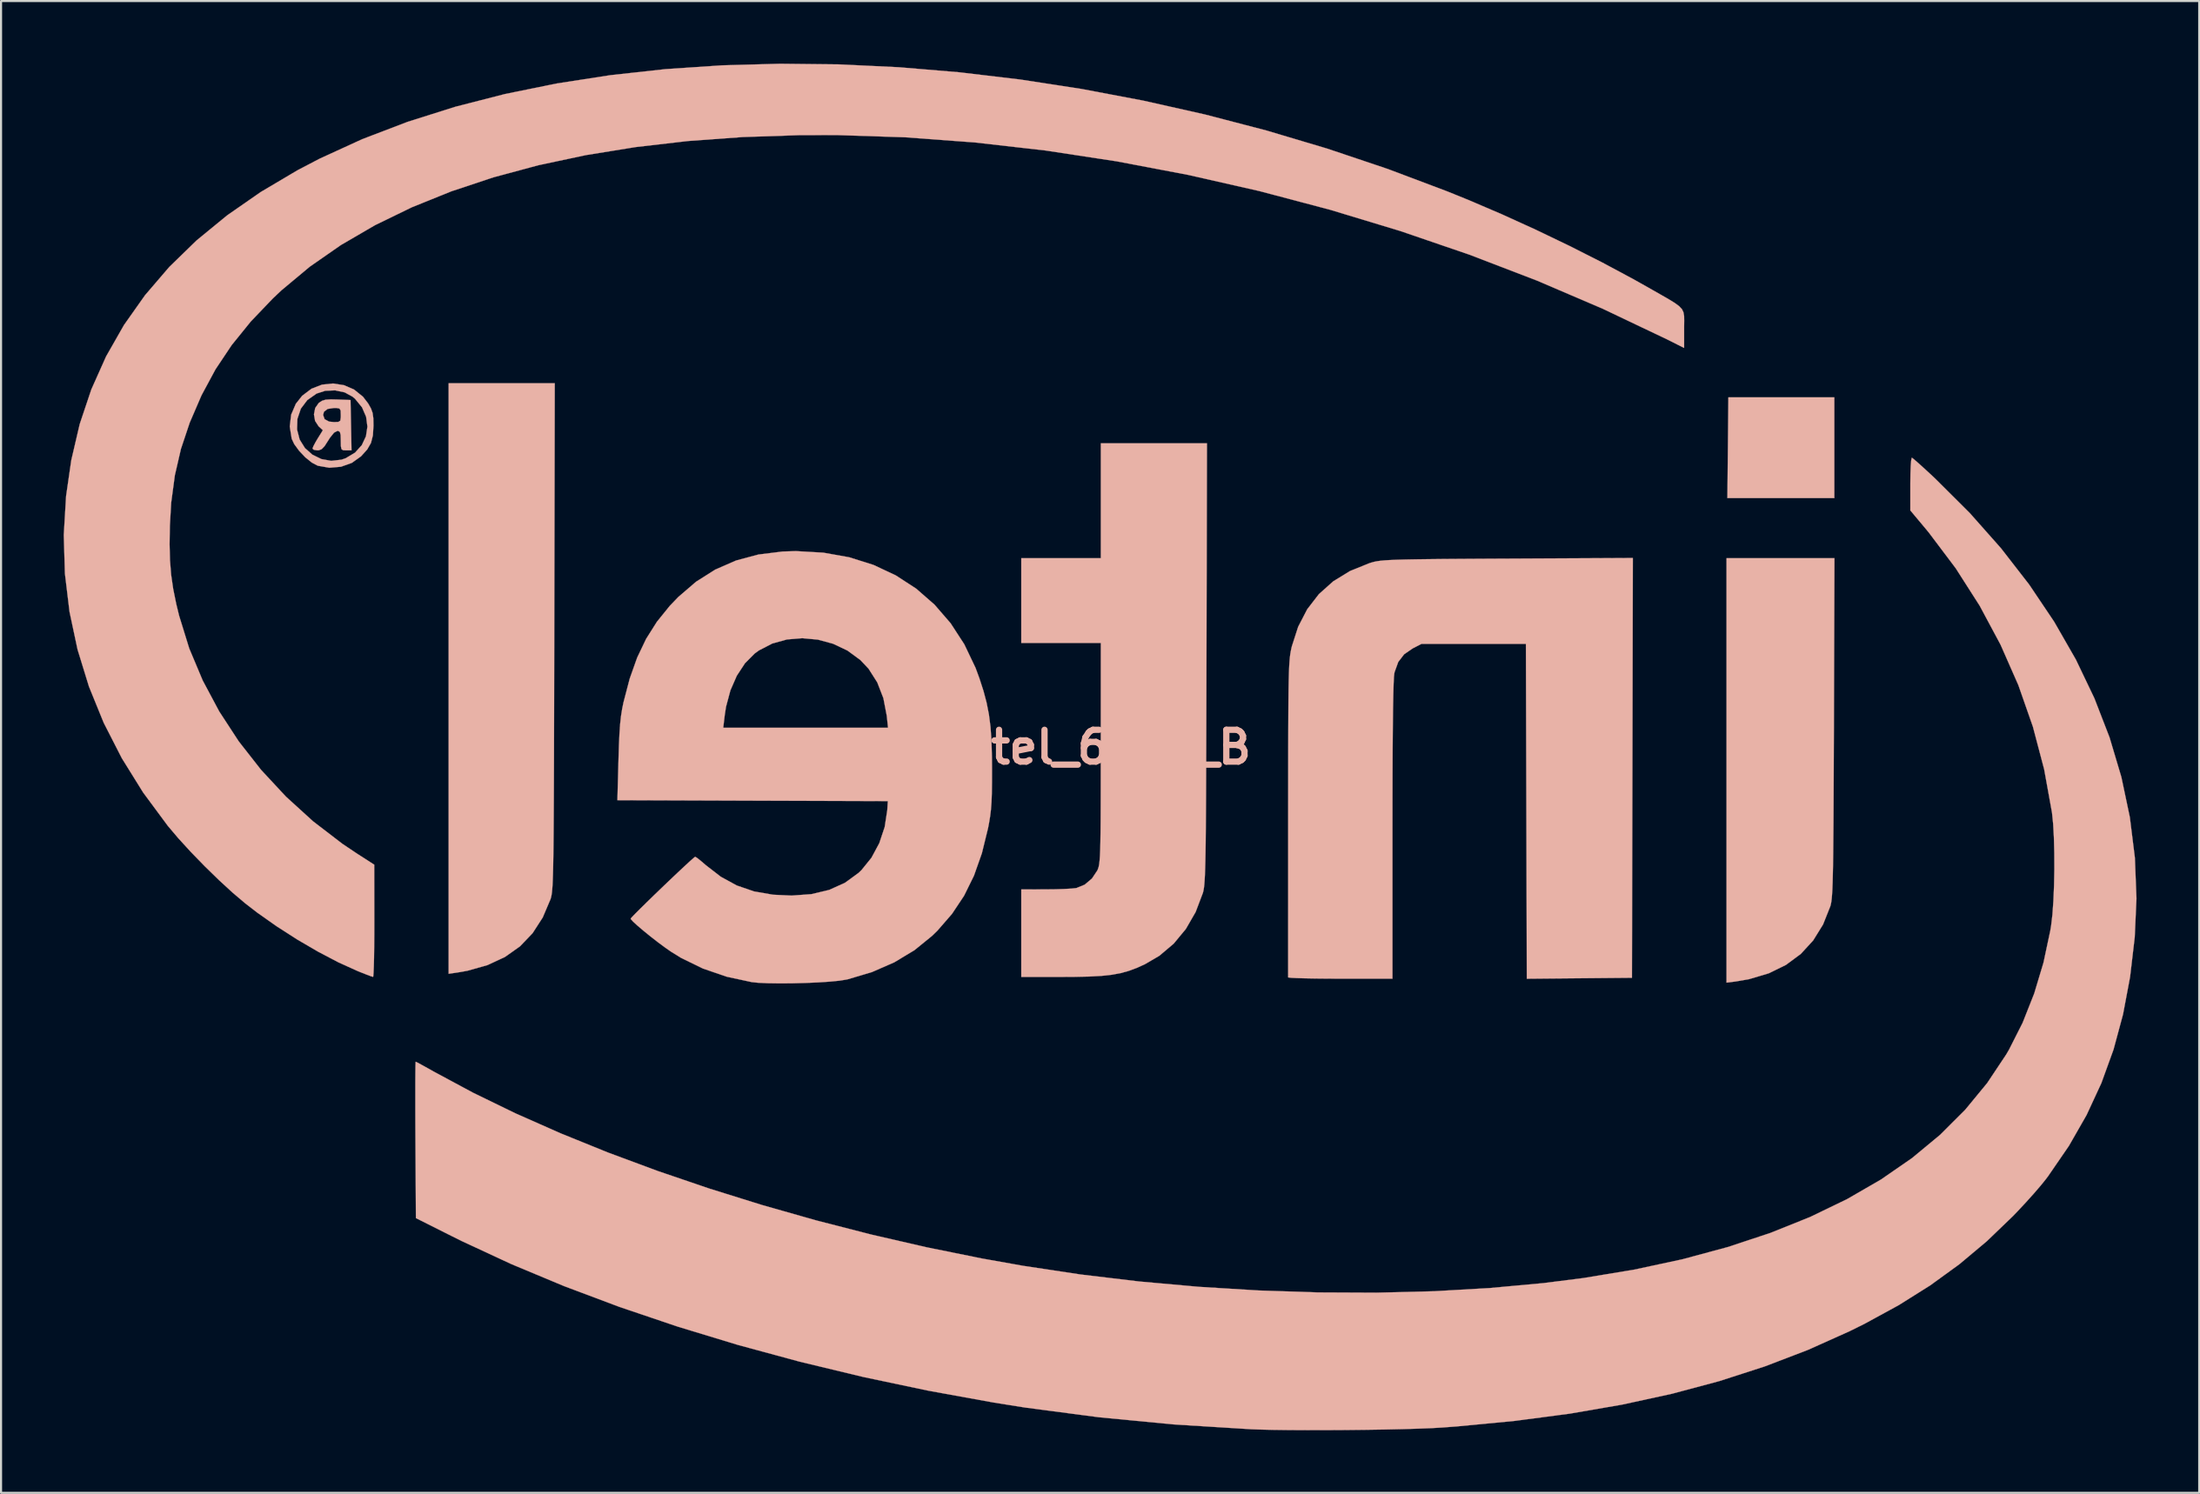
<source format=kicad_pcb>
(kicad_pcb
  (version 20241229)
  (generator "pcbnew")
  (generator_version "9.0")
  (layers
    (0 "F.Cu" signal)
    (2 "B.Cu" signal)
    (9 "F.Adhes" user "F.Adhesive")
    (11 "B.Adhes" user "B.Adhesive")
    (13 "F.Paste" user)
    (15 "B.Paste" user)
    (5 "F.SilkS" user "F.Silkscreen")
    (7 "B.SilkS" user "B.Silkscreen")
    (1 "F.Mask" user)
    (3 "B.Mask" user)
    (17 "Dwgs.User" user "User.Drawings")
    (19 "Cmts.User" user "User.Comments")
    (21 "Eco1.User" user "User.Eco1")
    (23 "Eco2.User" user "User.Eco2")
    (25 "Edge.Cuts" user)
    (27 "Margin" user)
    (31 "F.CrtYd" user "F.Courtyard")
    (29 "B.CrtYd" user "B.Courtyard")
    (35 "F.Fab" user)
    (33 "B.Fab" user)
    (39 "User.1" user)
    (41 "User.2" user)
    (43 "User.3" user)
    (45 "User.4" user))
  (footprint "intel_6x10_B"
    (layer "F.Cu")
    (at 49.597 32.755)
    (property "Reference" "intel_6x10_B" (at 0 0 0) (layer "B.SilkS") (effects (font (size 1.524 1.524) (thickness 0.3))))
    (attr through_hole)
    (fp_poly (pts (xy 35.221 -11.938) (xy 32.66 -11.938) (xy 30.099 -11.938) (xy 30.123 -14.351) (xy 30.146 -16.764) (xy 35.221 -16.764) (xy 35.221 -11.938)) (stroke (width 0.01) (type solid)) (fill yes) (layer "B.SilkS"))
    (fp_poly (pts (xy 35.2 -0.953) (xy 35.195 0.414) (xy 35.19 1.621) (xy 35.185 2.68) (xy 35.18 3.601) (xy 35.173 4.394) (xy 35.167 5.071) (xy 35.159 5.64) (xy 35.149 6.113) (xy 35.139 6.501) (xy 35.127 6.813) (xy 35.112 7.06) (xy 35.096 7.253) (xy 35.078 7.401) (xy 35.057 7.516) (xy 35.033 7.608) (xy 35.031 7.616) (xy 34.681 8.495) (xy 34.208 9.259) (xy 33.615 9.905) (xy 32.904 10.431) (xy 32.078 10.835) (xy 31.14 11.114) (xy 30.501 11.225) (xy 30.057 11.282) (xy 30.057 -9.059) (xy 35.227 -9.059) (xy 35.2 -0.953)) (stroke (width 0.01) (type solid)) (fill yes) (layer "B.SilkS"))
    (fp_poly (pts (xy -26.097 -5.313) (xy -26.1 -3.637) (xy -26.103 -2.121) (xy -26.107 -0.758) (xy -26.11 0.461) (xy -26.114 1.544) (xy -26.118 2.501) (xy -26.123 3.339) (xy -26.128 4.067) (xy -26.134 4.694) (xy -26.141 5.227) (xy -26.149 5.676) (xy -26.158 6.049) (xy -26.168 6.354) (xy -26.179 6.599) (xy -26.193 6.795) (xy -26.207 6.947) (xy -26.224 7.066) (xy -26.242 7.16) (xy -26.262 7.237) (xy -26.276 7.281) (xy -26.648 8.157) (xy -27.134 8.91) (xy -27.737 9.541) (xy -28.458 10.051) (xy -29.297 10.441) (xy -30.256 10.712) (xy -30.755 10.799) (xy -31.157 10.857) (xy -31.157 -17.441) (xy -26.073 -17.441) (xy -26.097 -5.313)) (stroke (width 0.01) (type solid)) (fill yes) (layer "B.SilkS"))
    (fp_poly (pts (xy -36.497 -16.661) (xy -35.856 -16.637) (xy -35.809 -14.224) (xy -36.066 -14.224) (xy -36.212 -14.232) (xy -36.288 -14.282) (xy -36.317 -14.418) (xy -36.322 -14.68) (xy -36.322 -14.69) (xy -36.33 -14.959) (xy -36.362 -15.1) (xy -36.433 -15.151) (xy -36.487 -15.155) (xy -36.644 -15.074) (xy -36.842 -14.829) (xy -36.93 -14.69) (xy -37.1 -14.426) (xy -37.236 -14.283) (xy -37.372 -14.229) (xy -37.442 -14.224) (xy -37.612 -14.25) (xy -37.677 -14.309) (xy -37.635 -14.423) (xy -37.527 -14.627) (xy -37.429 -14.792) (xy -37.181 -15.19) (xy -37.387 -15.38) (xy -37.554 -15.637) (xy -37.602 -15.917) (xy -37.169 -15.917) (xy -37.096 -15.717) (xy -36.883 -15.603) (xy -36.644 -15.579) (xy -36.438 -15.588) (xy -36.346 -15.647) (xy -36.323 -15.805) (xy -36.322 -15.917) (xy -36.33 -16.134) (xy -36.387 -16.23) (xy -36.537 -16.255) (xy -36.644 -16.256) (xy -36.955 -16.209) (xy -37.13 -16.072) (xy -37.169 -15.917) (xy -37.602 -15.917) (xy -37.608 -15.948) (xy -37.548 -16.255) (xy -37.377 -16.497) (xy -37.365 -16.507) (xy -37.219 -16.601) (xy -37.049 -16.652) (xy -36.805 -16.668) (xy -36.497 -16.661)) (stroke (width 0.01) (type solid)) (fill yes) (layer "B.SilkS"))
    (fp_poly (pts (xy -36.171 -17.348) (xy -35.682 -17.136) (xy -35.259 -16.794) (xy -35.012 -16.472) (xy -34.876 -16.231) (xy -34.799 -16.018) (xy -34.764 -15.765) (xy -34.757 -15.416) (xy -34.784 -14.946) (xy -34.876 -14.582) (xy -35.057 -14.267) (xy -35.35 -13.943) (xy -35.356 -13.937) (xy -35.794 -13.625) (xy -36.312 -13.44) (xy -36.87 -13.392) (xy -37.423 -13.488) (xy -37.708 -13.637) (xy -38.022 -13.891) (xy -38.319 -14.204) (xy -38.555 -14.528) (xy -38.674 -14.784) (xy -38.744 -15.224) (xy -38.418 -15.224) (xy -38.294 -14.743) (xy -38.039 -14.334) (xy -37.682 -14.017) (xy -37.252 -13.807) (xy -36.778 -13.722) (xy -36.288 -13.778) (xy -36.088 -13.847) (xy -35.641 -14.114) (xy -35.316 -14.474) (xy -35.117 -14.899) (xy -35.047 -15.361) (xy -35.109 -15.833) (xy -35.306 -16.288) (xy -35.641 -16.697) (xy -35.754 -16.794) (xy -36.136 -17.003) (xy -36.592 -17.1) (xy -37.064 -17.081) (xy -37.482 -16.946) (xy -37.927 -16.633) (xy -38.236 -16.223) (xy -38.401 -15.733) (xy -38.418 -15.224) (xy -38.744 -15.224) (xy -38.767 -15.371) (xy -38.699 -15.936) (xy -38.477 -16.455) (xy -38.173 -16.84) (xy -37.725 -17.178) (xy -37.222 -17.373) (xy -36.694 -17.429) (xy -36.171 -17.348)) (stroke (width 0.01) (type solid)) (fill yes) (layer "B.SilkS"))
    (fp_poly (pts (xy 5.145 -4.043) (xy 5.141 -2.483) (xy 5.137 -1.082) (xy 5.133 0.167) (xy 5.129 1.274) (xy 5.125 2.248) (xy 5.12 3.099) (xy 5.114 3.836) (xy 5.108 4.467) (xy 5.101 5.002) (xy 5.092 5.45) (xy 5.082 5.82) (xy 5.071 6.122) (xy 5.058 6.364) (xy 5.044 6.556) (xy 5.028 6.707) (xy 5.01 6.825) (xy 4.989 6.921) (xy 4.972 6.985) (xy 4.627 7.896) (xy 4.158 8.709) (xy 3.575 9.413) (xy 2.888 9.994) (xy 2.201 10.396) (xy 1.802 10.577) (xy 1.422 10.718) (xy 1.033 10.826) (xy 0.607 10.904) (xy 0.117 10.957) (xy -0.466 10.989) (xy -1.169 11.004) (xy -1.774 11.007) (xy -3.725 11.007) (xy -3.725 6.816) (xy -2.561 6.813) (xy -2.104 6.808) (xy -1.681 6.794) (xy -1.334 6.775) (xy -1.107 6.751) (xy -1.082 6.747) (xy -0.688 6.586) (xy -0.34 6.292) (xy -0.082 5.905) (xy -0.074 5.888) (xy -0.043 5.809) (xy -0.015 5.716) (xy 0.007 5.595) (xy 0.026 5.433) (xy 0.042 5.216) (xy 0.054 4.932) (xy 0.064 4.567) (xy 0.071 4.109) (xy 0.076 3.543) (xy 0.079 2.857) (xy 0.081 2.038) (xy 0.082 1.072) (xy 0.083 0.275) (xy 0.085 -4.995) (xy -3.725 -4.995) (xy -3.725 -9.059) (xy 0.085 -9.059) (xy 0.085 -14.563) (xy 5.169 -14.563) (xy 5.145 -4.043)) (stroke (width 0.01) (type solid)) (fill yes) (layer "B.SilkS"))
    (fp_poly (pts (xy 25.549 0.991) (xy 25.527 11.049) (xy 23.009 11.071) (xy 20.49 11.094) (xy 20.469 3.07) (xy 20.447 -4.953) (xy 15.447 -4.953) (xy 15.026 -4.736) (xy 14.615 -4.454) (xy 14.332 -4.085) (xy 14.157 -3.599) (xy 14.146 -3.549) (xy 14.126 -3.37) (xy 14.109 -3.024) (xy 14.095 -2.512) (xy 14.082 -1.831) (xy 14.072 -0.983) (xy 14.064 0.034) (xy 14.059 1.219) (xy 14.056 2.572) (xy 14.055 3.984) (xy 14.055 11.091) (xy 11.557 11.091) (xy 10.926 11.089) (xy 10.354 11.083) (xy 9.861 11.074) (xy 9.468 11.063) (xy 9.196 11.049) (xy 9.067 11.033) (xy 9.058 11.028) (xy 9.058 10.936) (xy 9.058 10.686) (xy 9.058 10.292) (xy 9.058 9.765) (xy 9.058 9.116) (xy 9.058 8.36) (xy 9.059 7.507) (xy 9.059 6.569) (xy 9.059 5.56) (xy 9.059 4.491) (xy 9.059 3.429) (xy 9.06 2.125) (xy 9.061 0.979) (xy 9.062 -0.021) (xy 9.064 -0.885) (xy 9.068 -1.626) (xy 9.072 -2.254) (xy 9.078 -2.781) (xy 9.086 -3.219) (xy 9.096 -3.578) (xy 9.108 -3.871) (xy 9.123 -4.108) (xy 9.14 -4.301) (xy 9.16 -4.462) (xy 9.184 -4.601) (xy 9.211 -4.73) (xy 9.233 -4.826) (xy 9.538 -5.773) (xy 9.972 -6.611) (xy 10.532 -7.337) (xy 11.217 -7.949) (xy 12.022 -8.443) (xy 12.944 -8.816) (xy 13.081 -8.858) (xy 13.191 -8.887) (xy 13.319 -8.912) (xy 13.477 -8.934) (xy 13.678 -8.953) (xy 13.934 -8.969) (xy 14.259 -8.982) (xy 14.663 -8.994) (xy 15.161 -9.003) (xy 15.764 -9.011) (xy 16.485 -9.019) (xy 17.337 -9.025) (xy 18.332 -9.031) (xy 19.483 -9.037) (xy 19.58 -9.037) (xy 25.57 -9.067) (xy 25.549 0.991)) (stroke (width 0.01) (type solid)) (fill yes) (layer "B.SilkS"))
    (fp_poly (pts (xy -13.207 -9.322) (xy -11.967 -9.101) (xy -10.808 -8.736) (xy -9.736 -8.233) (xy -8.758 -7.597) (xy -7.881 -6.831) (xy -7.111 -5.941) (xy -6.455 -4.931) (xy -5.918 -3.806) (xy -5.732 -3.302) (xy -5.536 -2.694) (xy -5.386 -2.128) (xy -5.276 -1.567) (xy -5.2 -0.973) (xy -5.154 -0.309) (xy -5.132 0.463) (xy -5.128 1.016) (xy -5.129 1.676) (xy -5.136 2.202) (xy -5.152 2.626) (xy -5.178 2.983) (xy -5.217 3.307) (xy -5.271 3.633) (xy -5.317 3.875) (xy -5.613 5.081) (xy -5.992 6.155) (xy -6.466 7.117) (xy -7.045 7.987) (xy -7.738 8.785) (xy -7.999 9.04) (xy -8.843 9.726) (xy -9.808 10.307) (xy -10.874 10.773) (xy -12.019 11.115) (xy -12.107 11.135) (xy -12.437 11.188) (xy -12.898 11.233) (xy -13.454 11.27) (xy -14.066 11.296) (xy -14.697 11.313) (xy -15.31 11.317) (xy -15.868 11.309) (xy -16.332 11.287) (xy -16.635 11.256) (xy -17.836 10.997) (xy -18.976 10.606) (xy -20.026 10.093) (xy -20.51 9.793) (xy -20.813 9.581) (xy -21.151 9.33) (xy -21.497 9.06) (xy -21.824 8.794) (xy -22.106 8.554) (xy -22.315 8.363) (xy -22.426 8.24) (xy -22.437 8.216) (xy -22.378 8.144) (xy -22.216 7.976) (xy -21.971 7.731) (xy -21.663 7.428) (xy -21.312 7.086) (xy -20.938 6.726) (xy -20.562 6.366) (xy -20.203 6.026) (xy -19.882 5.725) (xy -19.619 5.482) (xy -19.435 5.318) (xy -19.348 5.25) (xy -19.346 5.249) (xy -19.259 5.302) (xy -19.084 5.44) (xy -18.857 5.634) (xy -18.837 5.652) (xy -18.115 6.21) (xy -17.354 6.626) (xy -16.529 6.91) (xy -15.619 7.068) (xy -14.732 7.11) (xy -13.778 7.041) (xy -12.925 6.837) (xy -12.173 6.498) (xy -11.524 6.025) (xy -11.382 5.89) (xy -10.904 5.299) (xy -10.527 4.598) (xy -10.269 3.825) (xy -10.145 3.016) (xy -10.144 3.006) (xy -10.118 2.582) (xy -16.595 2.561) (xy -23.072 2.539) (xy -23.02 0.613) (xy -22.999 -0.088) (xy -22.973 -0.651) (xy -22.953 -0.931) (xy -18.003 -0.931) (xy -10.108 -0.931) (xy -10.169 -1.506) (xy -10.331 -2.35) (xy -10.624 -3.106) (xy -11.04 -3.76) (xy -11.433 -4.177) (xy -12.049 -4.63) (xy -12.736 -4.956) (xy -13.467 -5.155) (xy -14.215 -5.224) (xy -14.952 -5.163) (xy -15.653 -4.969) (xy -16.289 -4.64) (xy -16.495 -4.491) (xy -16.96 -4.024) (xy -17.353 -3.425) (xy -17.66 -2.721) (xy -17.869 -1.94) (xy -17.93 -1.543) (xy -18.003 -0.931) (xy -22.953 -0.931) (xy -22.941 -1.109) (xy -22.899 -1.492) (xy -22.845 -1.834) (xy -22.783 -2.138) (xy -22.483 -3.285) (xy -22.125 -4.294) (xy -21.695 -5.194) (xy -21.18 -6.01) (xy -20.566 -6.77) (xy -20.157 -7.197) (xy -19.305 -7.929) (xy -18.385 -8.511) (xy -17.391 -8.945) (xy -16.317 -9.233) (xy -15.156 -9.377) (xy -14.52 -9.397) (xy -13.207 -9.322)) (stroke (width 0.01) (type solid)) (fill yes) (layer "B.SilkS"))
    (fp_poly (pts (xy -12.461 -32.72) (xy -9.596 -32.583) (xy -6.697 -32.341) (xy -3.772 -31.994) (xy -0.831 -31.541) (xy 2.117 -30.983) (xy 5.065 -30.321) (xy 8.004 -29.555) (xy 10.924 -28.685) (xy 13.818 -27.712) (xy 16.676 -26.635) (xy 17.697 -26.221) (xy 19.281 -25.543) (xy 20.909 -24.802) (xy 22.533 -24.022) (xy 24.109 -23.224) (xy 25.59 -22.43) (xy 26.331 -22.013) (xy 26.869 -21.707) (xy 27.28 -21.471) (xy 27.581 -21.286) (xy 27.79 -21.132) (xy 27.922 -20.99) (xy 27.994 -20.841) (xy 28.025 -20.664) (xy 28.029 -20.441) (xy 28.025 -20.152) (xy 28.025 -20.059) (xy 28.025 -19.133) (xy 27.186 -19.554) (xy 24.13 -21.009) (xy 20.976 -22.36) (xy 17.737 -23.603) (xy 14.431 -24.735) (xy 11.073 -25.752) (xy 7.679 -26.65) (xy 4.265 -27.425) (xy 0.847 -28.074) (xy -2.56 -28.593) (xy -5.939 -28.978) (xy -9.275 -29.226) (xy -12.552 -29.332) (xy -14.351 -29.329) (xy -17.073 -29.238) (xy -19.688 -29.048) (xy -22.19 -28.759) (xy -24.578 -28.373) (xy -26.848 -27.89) (xy -28.996 -27.312) (xy -31.02 -26.64) (xy -32.917 -25.874) (xy -34.683 -25.015) (xy -36.315 -24.065) (xy -37.81 -23.025) (xy -39.164 -21.895) (xy -39.571 -21.511) (xy -40.636 -20.397) (xy -41.548 -19.27) (xy -42.324 -18.108) (xy -42.981 -16.888) (xy -43.007 -16.834) (xy -43.562 -15.545) (xy -43.98 -14.293) (xy -44.271 -13.032) (xy -44.447 -11.717) (xy -44.511 -10.604) (xy -44.524 -9.724) (xy -44.505 -8.961) (xy -44.449 -8.263) (xy -44.35 -7.58) (xy -44.204 -6.862) (xy -44.067 -6.3) (xy -43.582 -4.732) (xy -42.937 -3.197) (xy -42.142 -1.707) (xy -41.208 -0.276) (xy -40.141 1.086) (xy -38.953 2.365) (xy -37.652 3.55) (xy -36.247 4.628) (xy -35.574 5.08) (xy -34.72 5.63) (xy -34.717 8.319) (xy -34.718 8.974) (xy -34.723 9.571) (xy -34.73 10.091) (xy -34.741 10.512) (xy -34.754 10.815) (xy -34.768 10.981) (xy -34.777 11.005) (xy -34.879 10.974) (xy -35.098 10.892) (xy -35.394 10.775) (xy -35.541 10.715) (xy -36.442 10.306) (xy -37.413 9.796) (xy -38.413 9.212) (xy -39.4 8.578) (xy -40.331 7.921) (xy -40.894 7.486) (xy -41.494 6.978) (xy -42.154 6.372) (xy -42.836 5.707) (xy -43.5 5.024) (xy -44.107 4.36) (xy -44.608 3.768) (xy -45.788 2.173) (xy -46.812 0.525) (xy -47.679 -1.17) (xy -48.386 -2.908) (xy -48.932 -4.682) (xy -49.316 -6.487) (xy -49.537 -8.319) (xy -49.592 -10.17) (xy -49.481 -12.036) (xy -49.233 -13.749) (xy -48.828 -15.484) (xy -48.272 -17.143) (xy -47.565 -18.725) (xy -46.707 -20.231) (xy -45.699 -21.659) (xy -44.54 -23.011) (xy -43.23 -24.285) (xy -41.769 -25.483) (xy -40.158 -26.603) (xy -38.397 -27.646) (xy -37.338 -28.2) (xy -35.29 -29.138) (xy -33.12 -29.967) (xy -30.839 -30.688) (xy -28.454 -31.3) (xy -25.975 -31.805) (xy -23.41 -32.202) (xy -20.767 -32.492) (xy -18.055 -32.674) (xy -15.284 -32.75) (xy -12.461 -32.72)) (stroke (width 0.01) (type solid)) (fill yes) (layer "B.SilkS"))
    (fp_poly (pts (xy 39.025 -13.806) (xy 39.211 -13.645) (xy 39.476 -13.407) (xy 39.797 -13.111) (xy 40.053 -12.872) (xy 41.703 -11.228) (xy 43.203 -9.535) (xy 44.553 -7.796) (xy 45.75 -6.015) (xy 46.792 -4.198) (xy 47.677 -2.347) (xy 48.405 -0.468) (xy 48.972 1.435) (xy 49.377 3.358) (xy 49.618 5.298) (xy 49.694 7.249) (xy 49.611 9.102) (xy 49.388 11.007) (xy 49.051 12.797) (xy 48.595 14.487) (xy 48.014 16.092) (xy 47.303 17.627) (xy 46.455 19.108) (xy 45.466 20.549) (xy 45.352 20.701) (xy 45.114 20.996) (xy 44.79 21.373) (xy 44.412 21.794) (xy 44.016 22.22) (xy 43.777 22.468) (xy 42.525 23.672) (xy 41.212 24.773) (xy 39.814 25.788) (xy 38.308 26.734) (xy 36.668 27.629) (xy 35.941 27.989) (xy 33.962 28.877) (xy 31.892 29.67) (xy 29.724 30.371) (xy 27.449 30.98) (xy 25.059 31.501) (xy 22.547 31.935) (xy 19.903 32.283) (xy 17.121 32.548) (xy 16.425 32.6) (xy 15.914 32.629) (xy 15.261 32.654) (xy 14.494 32.677) (xy 13.643 32.695) (xy 12.735 32.709) (xy 11.798 32.719) (xy 10.861 32.724) (xy 9.95 32.725) (xy 9.095 32.721) (xy 8.324 32.711) (xy 7.664 32.695) (xy 7.281 32.681) (xy 3.589 32.452) (xy -0.018 32.106) (xy -3.523 31.645) (xy -5.038 31.404) (xy -8.189 30.832) (xy -11.294 30.177) (xy -14.339 29.444) (xy -17.309 28.638) (xy -20.19 27.762) (xy -22.968 26.822) (xy -25.629 25.822) (xy -28.158 24.766) (xy -30.542 23.658) (xy -31.03 23.415) (xy -32.724 22.564) (xy -32.746 18.817) (xy -32.75 18.039) (xy -32.752 17.316) (xy -32.752 16.664) (xy -32.752 16.101) (xy -32.749 15.644) (xy -32.745 15.309) (xy -32.74 15.115) (xy -32.735 15.071) (xy -32.653 15.11) (xy -32.455 15.217) (xy -32.171 15.374) (xy -31.867 15.545) (xy -29.992 16.554) (xy -27.965 17.54) (xy -25.802 18.498) (xy -23.521 19.423) (xy -21.138 20.308) (xy -18.669 21.149) (xy -16.131 21.941) (xy -13.54 22.677) (xy -10.913 23.352) (xy -8.267 23.961) (xy -5.618 24.498) (xy -3.641 24.85) (xy -0.884 25.266) (xy 1.93 25.602) (xy 4.778 25.857) (xy 7.638 26.032) (xy 10.484 26.126) (xy 13.296 26.138) (xy 16.048 26.069) (xy 18.718 25.916) (xy 21.282 25.68) (xy 23.199 25.437) (xy 25.639 25.033) (xy 27.947 24.537) (xy 30.121 23.95) (xy 32.161 23.274) (xy 34.064 22.51) (xy 35.83 21.656) (xy 37.456 20.716) (xy 38.942 19.689) (xy 40.286 18.576) (xy 41.486 17.378) (xy 42.542 16.095) (xy 43.452 14.729) (xy 43.591 14.491) (xy 44.242 13.203) (xy 44.796 11.802) (xy 45.241 10.321) (xy 45.566 8.792) (xy 45.607 8.543) (xy 45.669 8.017) (xy 45.715 7.365) (xy 45.746 6.628) (xy 45.761 5.848) (xy 45.758 5.067) (xy 45.739 4.328) (xy 45.703 3.673) (xy 45.649 3.142) (xy 45.648 3.133) (xy 45.272 1.056) (xy 44.734 -0.982) (xy 44.037 -2.974) (xy 43.185 -4.91) (xy 42.183 -6.781) (xy 41.035 -8.577) (xy 39.745 -10.289) (xy 39.518 -10.563) (xy 38.862 -11.347) (xy 38.862 -12.623) (xy 38.867 -13.097) (xy 38.881 -13.477) (xy 38.902 -13.74) (xy 38.929 -13.865) (xy 38.94 -13.871) (xy 39.025 -13.806)) (stroke (width 0.01) (type solid)) (fill yes) (layer "B.SilkS")))
  (gr_rect
    (start -3 -3)
    (end 102.296 68.485)
    (stroke (width 0.1) (type default))
    (fill no)
    (layer "Edge.Cuts")))
</source>
